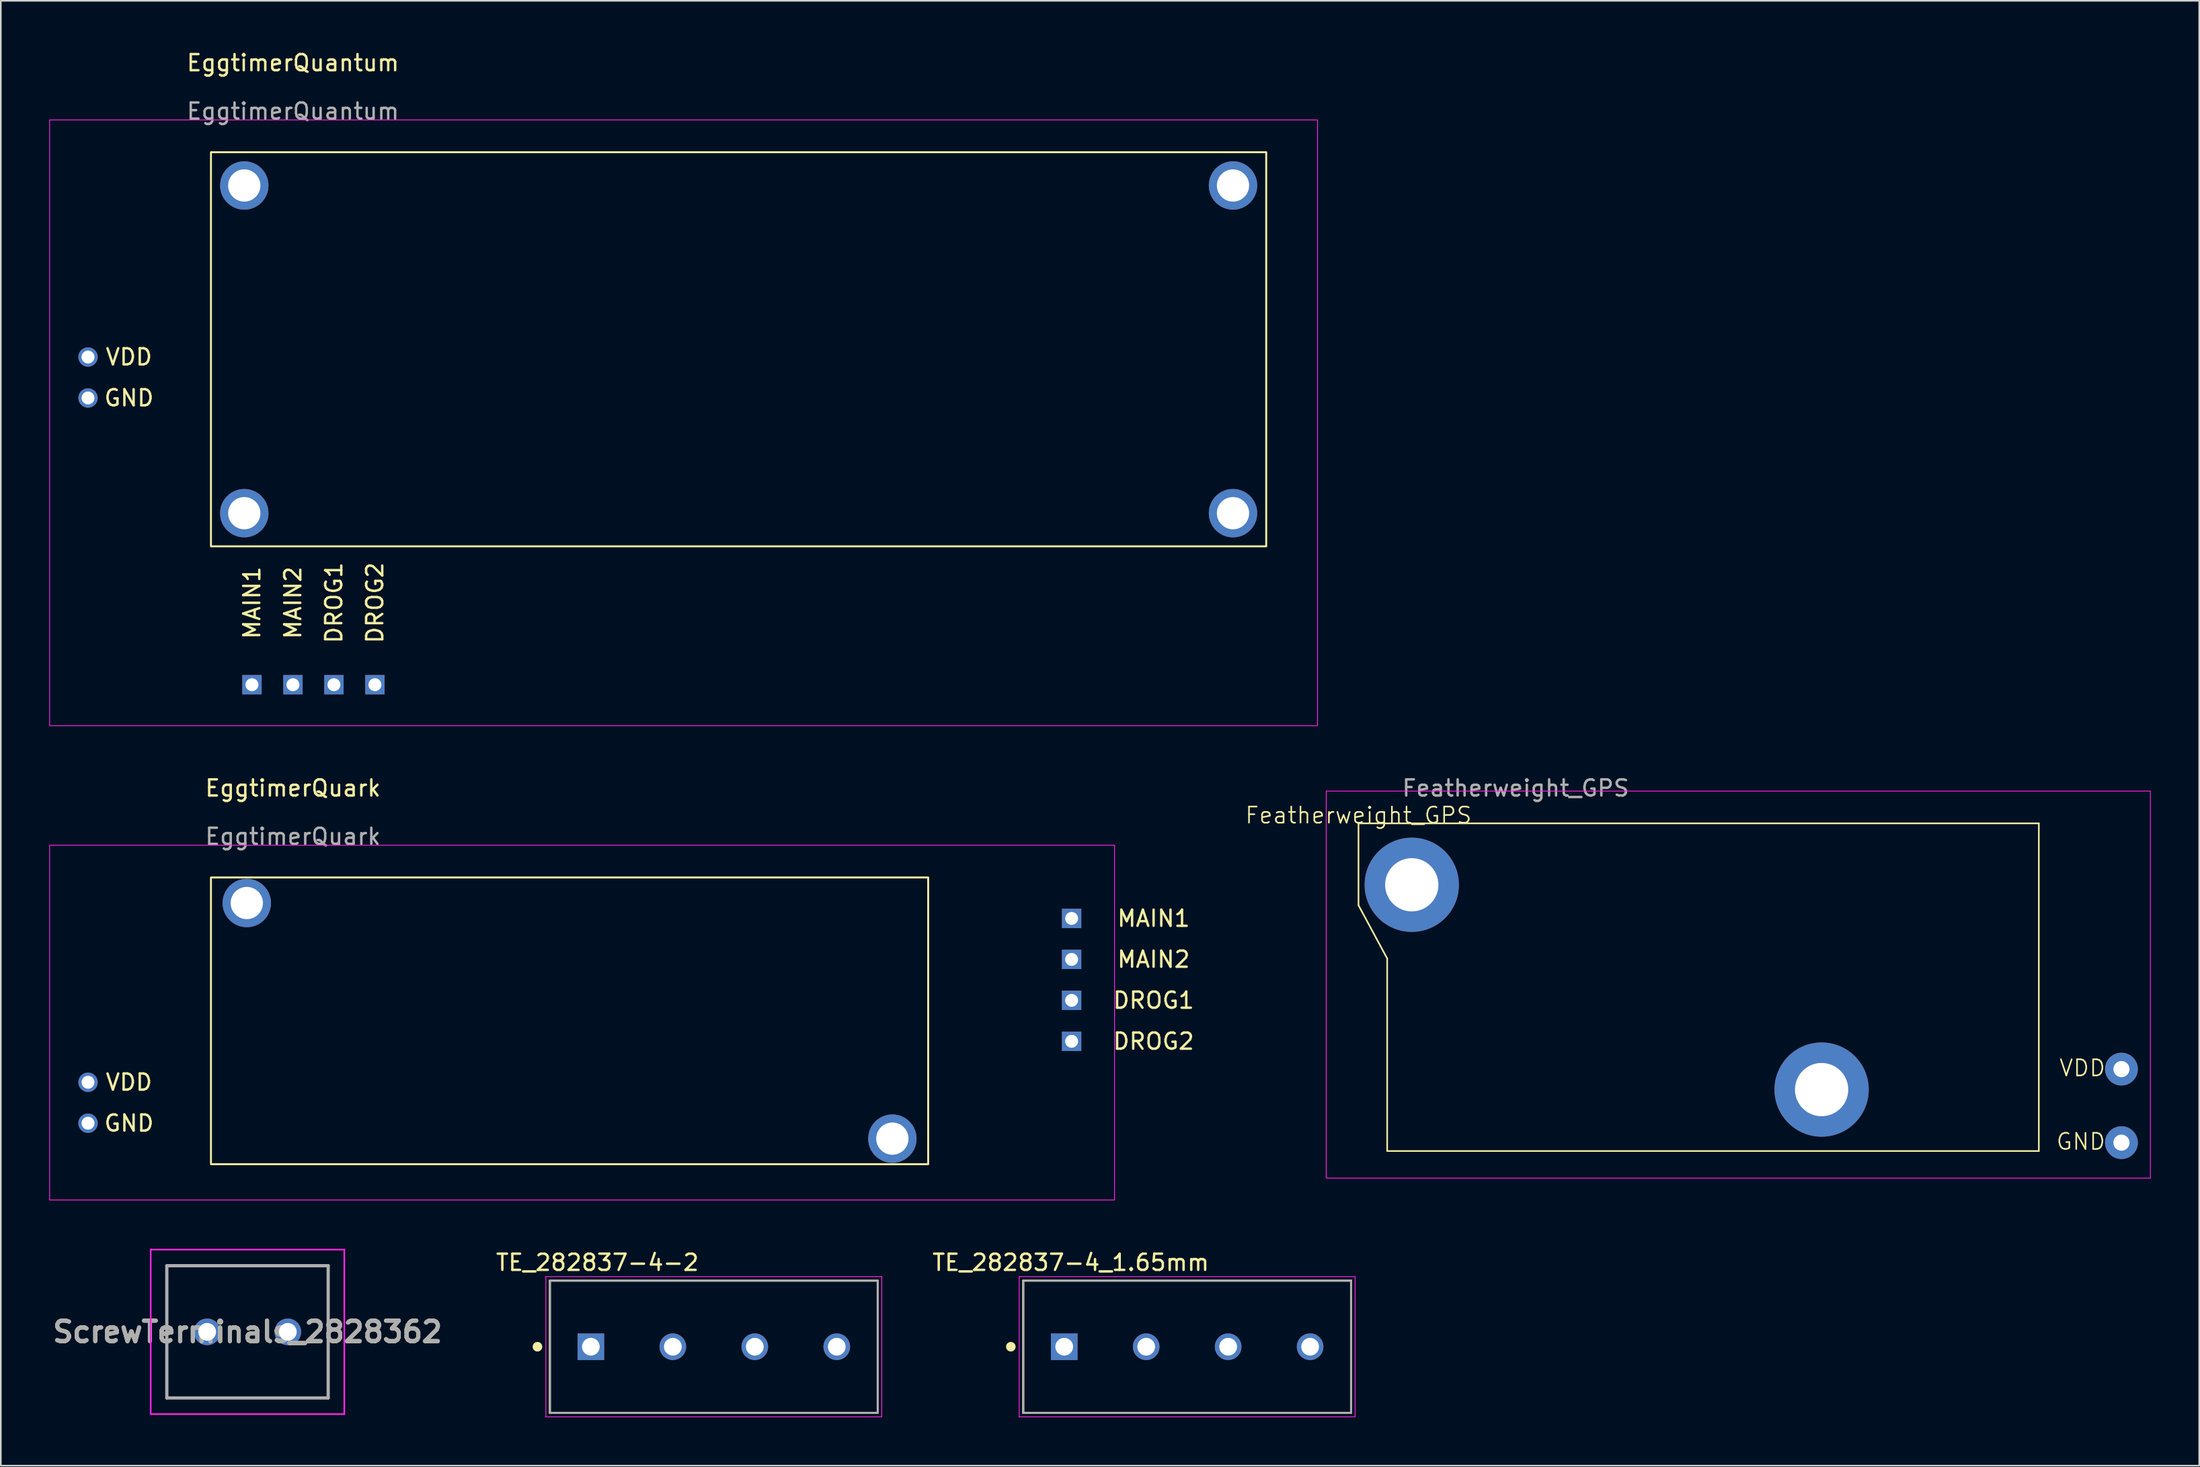
<source format=kicad_pcb>
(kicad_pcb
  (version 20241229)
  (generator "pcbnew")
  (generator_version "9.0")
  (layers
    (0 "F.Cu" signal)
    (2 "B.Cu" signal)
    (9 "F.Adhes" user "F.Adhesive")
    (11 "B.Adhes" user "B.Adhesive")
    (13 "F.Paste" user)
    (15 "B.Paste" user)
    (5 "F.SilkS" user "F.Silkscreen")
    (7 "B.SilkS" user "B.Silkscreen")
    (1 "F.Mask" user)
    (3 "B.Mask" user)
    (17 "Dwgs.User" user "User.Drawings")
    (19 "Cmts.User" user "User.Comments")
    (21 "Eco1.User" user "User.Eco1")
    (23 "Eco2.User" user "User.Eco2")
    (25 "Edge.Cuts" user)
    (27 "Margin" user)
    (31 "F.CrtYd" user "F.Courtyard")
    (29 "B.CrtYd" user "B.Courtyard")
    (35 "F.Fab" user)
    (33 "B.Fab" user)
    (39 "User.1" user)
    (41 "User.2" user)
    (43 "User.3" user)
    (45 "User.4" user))
  (footprint "TE_282837-4_1.65mm"
    (layer "F.Cu")
    (at 62.906 80.46)
    (property "Reference" "TE_282837-4_1.65mm" (at 0.406 -5.224 180) (layer "F.SilkS") (effects (font (size 1.002 1.002) (thickness 0.15))))
    (attr through_hole)
    (fp_line (start -2.54 -4.1) (end 17.78 -4.1) (stroke (width 0.127) (type solid)) (layer "F.SilkS"))
    (fp_line (start -2.54 4.1) (end -2.54 -4.1) (stroke (width 0.127) (type solid)) (layer "F.SilkS"))
    (fp_line (start 17.78 -4.1) (end 17.78 4.1) (stroke (width 0.127) (type solid)) (layer "F.SilkS"))
    (fp_line (start 17.78 4.1) (end -2.54 4.1) (stroke (width 0.127) (type solid)) (layer "F.SilkS"))
    (fp_circle (center -3.31 0) (end -3.16 0) (stroke (width 0.3) (type solid)) (fill no) (layer "F.SilkS"))
    (fp_line (start -2.79 -4.35) (end 18.03 -4.35) (stroke (width 0.05) (type solid)) (layer "F.CrtYd"))
    (fp_line (start -2.79 4.35) (end -2.79 -4.35) (stroke (width 0.05) (type solid)) (layer "F.CrtYd"))
    (fp_line (start 18.03 -4.35) (end 18.03 4.35) (stroke (width 0.05) (type solid)) (layer "F.CrtYd"))
    (fp_line (start 18.03 4.35) (end -2.79 4.35) (stroke (width 0.05) (type solid)) (layer "F.CrtYd"))
    (fp_line (start -2.54 -4.1) (end 17.78 -4.1) (stroke (width 0.127) (type solid)) (layer "F.Fab"))
    (fp_line (start -2.54 4.1) (end -2.54 -4.1) (stroke (width 0.127) (type solid)) (layer "F.Fab"))
    (fp_line (start 17.78 -4.1) (end 17.78 4.1) (stroke (width 0.127) (type solid)) (layer "F.Fab"))
    (fp_line (start 17.78 4.1) (end -2.54 4.1) (stroke (width 0.127) (type solid)) (layer "F.Fab"))
    (fp_circle (center 0 0) (end 0.15 0) (stroke (width 0.3) (type solid)) (fill no) (layer "F.Fab"))
    (pad "1" thru_hole rect (at 0 0) (size 1.65 1.65) (drill 1.1) (layers "*.Cu" "*.Mask"))
    (pad "2" thru_hole circle (at 5.08 0) (size 1.65 1.65) (drill 1.1) (layers "*.Cu" "*.Mask"))
    (pad "3" thru_hole circle (at 10.16 0) (size 1.65 1.65) (drill 1.1) (layers "*.Cu" "*.Mask"))
    (pad "4" thru_hole circle (at 15.24 0) (size 1.65 1.65) (drill 1.1) (layers "*.Cu" "*.Mask")))
  (footprint "ScrewTerminals_2828362"
    (layer "F.Cu")
    (at 14.789 79.537)
    (property "Reference" "ScrewTerminals_2828362" (at -2.5 0 0) (layer "F.SilkS") (effects (font (size 1.27 1.27) (thickness 0.254))))
    (attr through_hole)
    (fp_line (start -7.5 -4.1) (end -7.5 4.1) (stroke (width 0.1) (type solid)) (layer "F.SilkS"))
    (fp_line (start -7.5 4.1) (end 2.5 4.1) (stroke (width 0.1) (type solid)) (layer "F.SilkS"))
    (fp_line (start 2.5 -4.1) (end -7.5 -4.1) (stroke (width 0.1) (type solid)) (layer "F.SilkS"))
    (fp_line (start 2.5 4.1) (end 2.5 -4.1) (stroke (width 0.1) (type solid)) (layer "F.SilkS"))
    (fp_line (start -8.5 -5.1) (end -8.5 5.1) (stroke (width 0.1) (type solid)) (layer "F.CrtYd"))
    (fp_line (start -8.5 5.1) (end 3.5 5.1) (stroke (width 0.1) (type solid)) (layer "F.CrtYd"))
    (fp_line (start 3.5 -5.1) (end -8.5 -5.1) (stroke (width 0.1) (type solid)) (layer "F.CrtYd"))
    (fp_line (start 3.5 5.1) (end 3.5 -5.1) (stroke (width 0.1) (type solid)) (layer "F.CrtYd"))
    (fp_line (start -7.5 -4.1) (end 2.5 -4.1) (stroke (width 0.2) (type solid)) (layer "F.Fab"))
    (fp_line (start -7.5 4.1) (end -7.5 -4.1) (stroke (width 0.2) (type solid)) (layer "F.Fab"))
    (fp_line (start 2.5 -4.1) (end 2.5 4.1) (stroke (width 0.2) (type solid)) (layer "F.Fab"))
    (fp_line (start 2.5 4.1) (end -7.5 4.1) (stroke (width 0.2) (type solid)) (layer "F.Fab"))
    (fp_text user "${REFERENCE}" (at -2.5 0 0) (layer "F.Fab") (effects (font (size 1.27 1.27) (thickness 0.254))))
    (pad "1" thru_hole circle (at 0 0) (size 1.65 1.65) (drill 1.1) (layers "*.Cu" "*.Mask"))
    (pad "2" thru_hole circle (at -5 0) (size 1.65 1.65) (drill 1.1) (layers "*.Cu" "*.Mask")))
  (footprint "EggtimerQuark"
    (layer "F.Cu")
    (at 10.025 51.361)
    (property "Reference" "EggtimerQuark" (at 5.08 -5.54 0) (unlocked yes) (layer "F.SilkS") (effects (font (size 1 1) (thickness 0.15))))
    (attr through_hole)
    (fp_rect (start 0 0) (end 44.45 17.78) (stroke (width 0.12) (type solid)) (fill no) (layer "F.SilkS"))
    (fp_rect (start -10 -2) (end 56 20) (stroke (width 0.05) (type default)) (fill no) (layer "F.CrtYd"))
    (fp_text user "MAIN2" (at 58.42 5.08 0) (unlocked yes) (layer "F.SilkS") (effects (font (size 1 1) (thickness 0.15))))
    (fp_text user "MAIN1" (at 58.42 2.54 0) (unlocked yes) (layer "F.SilkS") (effects (font (size 1 1) (thickness 0.15))))
    (fp_text user "DROG2" (at 58.42 10.16 0) (unlocked yes) (layer "F.SilkS") (effects (font (size 1 1) (thickness 0.15))))
    (fp_text user "GND" (at -5.08 15.24 0) (unlocked yes) (layer "F.SilkS") (effects (font (size 1 1) (thickness 0.15))))
    (fp_text user "VDD" (at -5.08 12.7 0) (unlocked yes) (layer "F.SilkS") (effects (font (size 1 1) (thickness 0.15))))
    (fp_text user "DROG1" (at 58.42 7.62 0) (unlocked yes) (layer "F.SilkS") (effects (font (size 1 1) (thickness 0.15))))
    (fp_text user "${REFERENCE}" (at 5.08 -2.54 0) (unlocked yes) (layer "F.Fab") (effects (font (size 1 1) (thickness 0.15))))
    (pad "" thru_hole circle (at -7.62 12.7) (size 1.2 1.2) (drill 0.8) (layers "*.Cu" "*.Mask"))
    (pad "" np_thru_hole circle (at 2.22 1.585) (size 3 3) (drill 2) (layers "*.Cu" "*.Mask"))
    (pad "" np_thru_hole circle (at 42.23 16.195) (size 3 3) (drill 2) (layers "*.Cu" "*.Mask"))
    (pad "0" thru_hole circle (at -7.62 15.24) (size 1.2 1.2) (drill 0.8) (layers "*.Cu" "*.Mask"))
    (pad "3" thru_hole rect (at 53.34 2.54) (size 1.2 1.2) (drill 0.8) (layers "*.Cu" "*.Mask"))
    (pad "4" thru_hole rect (at 53.34 5.08) (size 1.2 1.2) (drill 0.8) (layers "*.Cu" "*.Mask"))
    (pad "5" thru_hole rect (at 53.34 7.62) (size 1.2 1.2) (drill 0.8) (layers "*.Cu" "*.Mask"))
    (pad "6" thru_hole rect (at 53.34 10.16) (size 1.2 1.2) (drill 0.8) (layers "*.Cu" "*.Mask")))
  (footprint "EggtimerQuantum"
    (layer "F.Cu")
    (at 10.025 6.388)
    (property "Reference" "EggtimerQuantum" (at 5.08 -5.54 0) (unlocked yes) (layer "F.SilkS") (effects (font (size 1 1) (thickness 0.15))))
    (attr through_hole)
    (fp_rect (start 0 0) (end 65.4 24.44) (stroke (width 0.12) (type solid)) (fill no) (layer "F.SilkS"))
    (fp_rect (start -10 -2) (end 68.58 35.56) (stroke (width 0.05) (type default)) (fill no) (layer "F.CrtYd"))
    (fp_text user "GND" (at -5.08 15.24 0) (unlocked yes) (layer "F.SilkS") (effects (font (size 1 1) (thickness 0.15))))
    (fp_text user "MAIN2" (at 5.08 27.94 90) (unlocked yes) (layer "F.SilkS") (effects (font (size 1 1) (thickness 0.15))))
    (fp_text user "DROG2" (at 10.16 27.94 90) (unlocked yes) (layer "F.SilkS") (effects (font (size 1 1) (thickness 0.15))))
    (fp_text user "DROG1" (at 7.62 27.94 90) (unlocked yes) (layer "F.SilkS") (effects (font (size 1 1) (thickness 0.15))))
    (fp_text user "VDD" (at -5.08 12.7 0) (unlocked yes) (layer "F.SilkS") (effects (font (size 1 1) (thickness 0.15))))
    (fp_text user "MAIN1" (at 2.54 27.94 90) (unlocked yes) (layer "F.SilkS") (effects (font (size 1 1) (thickness 0.15))))
    (fp_text user "${REFERENCE}" (at 5.08 -2.54 0) (unlocked yes) (layer "F.Fab") (effects (font (size 1 1) (thickness 0.15))))
    (pad "" np_thru_hole circle (at 2.064 2.064) (size 3 3) (drill 2) (layers "*.Cu" "*.Mask"))
    (pad "" np_thru_hole circle (at 2.064 22.384) (size 3 3) (drill 2) (layers "*.Cu" "*.Mask"))
    (pad "" np_thru_hole circle (at 63.341 2.064) (size 3 3) (drill 2) (layers "*.Cu" "*.Mask"))
    (pad "" np_thru_hole circle (at 63.341 22.384) (size 3 3) (drill 2) (layers "*.Cu" "*.Mask"))
    (pad "1" thru_hole rect (at 2.54 33.02 90) (size 1.2 1.2) (drill 0.8) (layers "*.Cu" "*.Mask"))
    (pad "2" thru_hole rect (at 5.08 33.02 90) (size 1.2 1.2) (drill 0.8) (layers "*.Cu" "*.Mask"))
    (pad "3" thru_hole rect (at 7.62 33.02 90) (size 1.2 1.2) (drill 0.8) (layers "*.Cu" "*.Mask"))
    (pad "4" thru_hole rect (at 10.16 33.02 90) (size 1.2 1.2) (drill 0.8) (layers "*.Cu" "*.Mask"))
    (pad "5" thru_hole circle (at -7.62 12.7) (size 1.2 1.2) (drill 0.8) (layers "*.Cu" "*.Mask"))
    (pad "6" thru_hole circle (at -7.62 15.24) (size 1.2 1.2) (drill 0.8) (layers "*.Cu" "*.Mask")))
  (footprint "TE_282837-4-2"
    (layer "F.Cu")
    (at 33.569 80.46)
    (property "Reference" "TE_282837-4-2" (at 0.406 -5.224 180) (layer "F.SilkS") (effects (font (size 1.002 1.002) (thickness 0.15))))
    (attr through_hole)
    (fp_line (start -2.54 -4.1) (end 17.78 -4.1) (stroke (width 0.127) (type solid)) (layer "F.SilkS"))
    (fp_line (start -2.54 4.1) (end -2.54 -4.1) (stroke (width 0.127) (type solid)) (layer "F.SilkS"))
    (fp_line (start 17.78 -4.1) (end 17.78 4.1) (stroke (width 0.127) (type solid)) (layer "F.SilkS"))
    (fp_line (start 17.78 4.1) (end -2.54 4.1) (stroke (width 0.127) (type solid)) (layer "F.SilkS"))
    (fp_circle (center -3.31 0) (end -3.16 0) (stroke (width 0.3) (type solid)) (fill no) (layer "F.SilkS"))
    (fp_line (start -2.79 -4.35) (end 18.03 -4.35) (stroke (width 0.05) (type solid)) (layer "F.CrtYd"))
    (fp_line (start -2.79 4.35) (end -2.79 -4.35) (stroke (width 0.05) (type solid)) (layer "F.CrtYd"))
    (fp_line (start 18.03 -4.35) (end 18.03 4.35) (stroke (width 0.05) (type solid)) (layer "F.CrtYd"))
    (fp_line (start 18.03 4.35) (end -2.79 4.35) (stroke (width 0.05) (type solid)) (layer "F.CrtYd"))
    (fp_line (start -2.54 -4.1) (end 17.78 -4.1) (stroke (width 0.127) (type solid)) (layer "F.Fab"))
    (fp_line (start -2.54 4.1) (end -2.54 -4.1) (stroke (width 0.127) (type solid)) (layer "F.Fab"))
    (fp_line (start 17.78 -4.1) (end 17.78 4.1) (stroke (width 0.127) (type solid)) (layer "F.Fab"))
    (fp_line (start 17.78 4.1) (end -2.54 4.1) (stroke (width 0.127) (type solid)) (layer "F.Fab"))
    (fp_circle (center 0 0) (end 0.15 0) (stroke (width 0.3) (type solid)) (fill no) (layer "F.Fab"))
    (pad "1" thru_hole rect (at 0 0) (size 1.65 1.65) (drill 1.1) (layers "*.Cu" "*.Mask"))
    (pad "2" thru_hole circle (at 5.08 0) (size 1.65 1.65) (drill 1.1) (layers "*.Cu" "*.Mask"))
    (pad "3" thru_hole circle (at 10.16 0) (size 1.65 1.65) (drill 1.1) (layers "*.Cu" "*.Mask"))
    (pad "4" thru_hole circle (at 15.24 0) (size 1.65 1.65) (drill 1.1) (layers "*.Cu" "*.Mask")))
  (footprint "Featherweight_GPS"
    (layer "F.Cu")
    (at 81.144 48.005)
    (property "Reference" "Featherweight_GPS" (at 0 -0.5 0) (unlocked yes) (layer "F.SilkS") (effects (font (size 1 1) (thickness 0.1))))
    (attr through_hole)
    (fp_line (start 0 0) (end 0 5.08) (stroke (width 0.1) (type default)) (layer "F.SilkS"))
    (fp_line (start 0 0) (end 42.164 0) (stroke (width 0.1) (type default)) (layer "F.SilkS"))
    (fp_line (start 1.778 8.382) (end 0 5.08) (stroke (width 0.1) (type default)) (layer "F.SilkS"))
    (fp_line (start 1.778 8.382) (end 1.778 20.32) (stroke (width 0.1) (type default)) (layer "F.SilkS"))
    (fp_line (start 1.778 20.32) (end 42.164 20.32) (stroke (width 0.1) (type default)) (layer "F.SilkS"))
    (fp_line (start 42.164 0) (end 42.164 20.32) (stroke (width 0.1) (type default)) (layer "F.SilkS"))
    (fp_rect (start -2 -2) (end 49.08 22) (stroke (width 0.05) (type default)) (fill no) (layer "F.CrtYd"))
    (fp_text user "GND" (at 43.18 20.32 0) (unlocked yes) (layer "F.SilkS") (effects (font (size 1 1) (thickness 0.1)) (justify left bottom)))
    (fp_text user "VDD" (at 43.371 15.757 0) (unlocked yes) (layer "F.SilkS") (effects (font (size 1 1) (thickness 0.1)) (justify left bottom)))
    (fp_text user "${REFERENCE}" (at 9.742 -2.184 0) (unlocked yes) (layer "F.Fab") (effects (font (size 1 1) (thickness 0.15))))
    (pad "" np_thru_hole circle (at 3.302 3.81) (size 5.842 5.842) (drill 3.302) (layers "*.Cu" "*.Mask"))
    (pad "" np_thru_hole circle (at 28.702 16.51) (size 5.842 5.842) (drill 3.302) (layers "*.Cu" "*.Mask"))
    (pad "1" thru_hole circle (at 47.285 15.24) (size 2.032 2.032) (drill 1) (layers "*.Cu" "*.Mask"))
    (pad "2" thru_hole circle (at 47.285 19.8) (size 2.032 2.032) (drill 1) (layers "*.Cu" "*.Mask")))
  (gr_rect
    (start -3 -3)
    (end 133.249 87.835)
    (stroke (width 0.1) (type default))
    (fill no)
    (layer "Edge.Cuts")))
</source>
